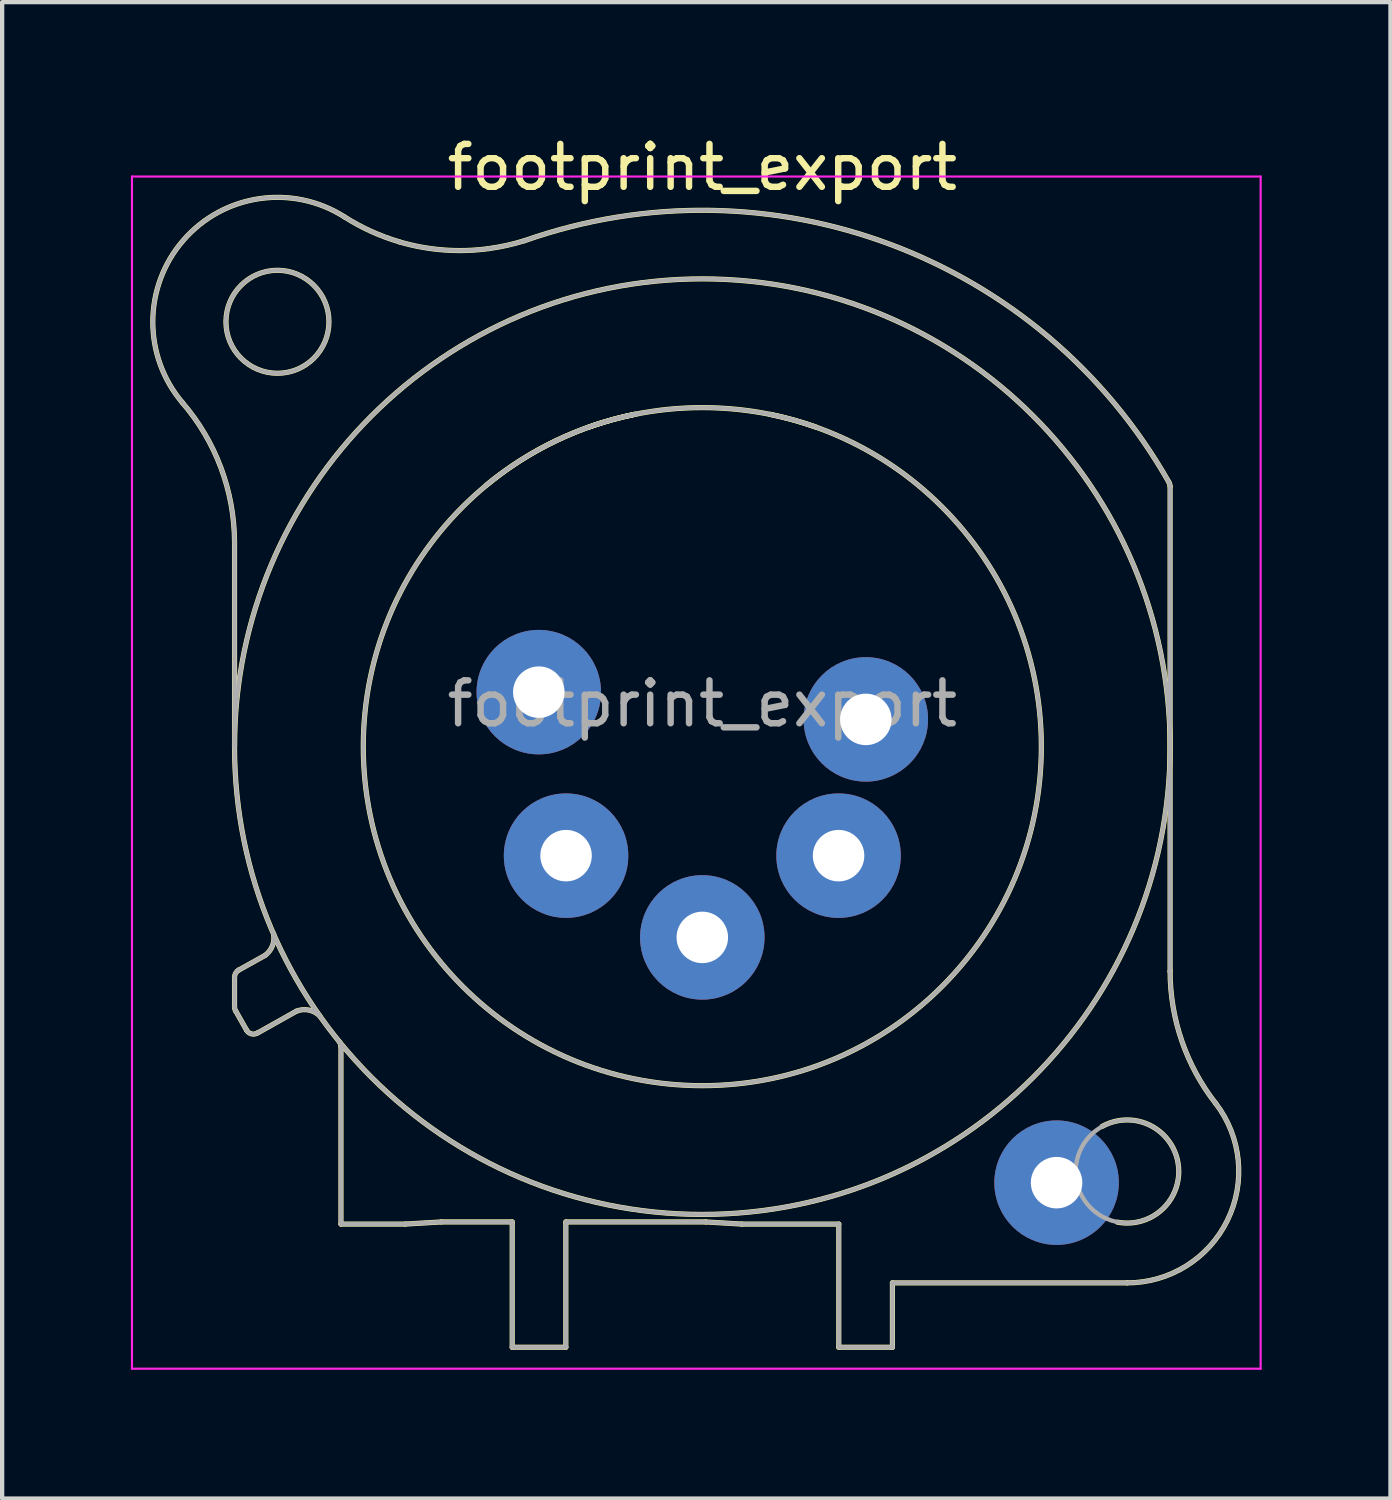
<source format=kicad_pcb>
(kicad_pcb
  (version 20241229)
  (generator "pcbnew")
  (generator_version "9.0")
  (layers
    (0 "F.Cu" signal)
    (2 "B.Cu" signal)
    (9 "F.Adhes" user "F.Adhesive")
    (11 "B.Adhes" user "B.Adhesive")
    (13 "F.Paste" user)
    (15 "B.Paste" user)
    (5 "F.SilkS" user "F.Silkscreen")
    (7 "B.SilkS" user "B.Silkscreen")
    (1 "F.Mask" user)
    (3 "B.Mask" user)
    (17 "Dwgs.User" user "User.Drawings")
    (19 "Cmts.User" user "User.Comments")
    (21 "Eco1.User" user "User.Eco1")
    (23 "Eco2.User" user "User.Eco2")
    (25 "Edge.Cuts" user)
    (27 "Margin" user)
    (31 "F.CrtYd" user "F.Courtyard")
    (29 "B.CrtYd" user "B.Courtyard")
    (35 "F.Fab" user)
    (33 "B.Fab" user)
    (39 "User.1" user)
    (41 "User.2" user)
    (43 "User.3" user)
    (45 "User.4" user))
  (footprint "footprint_export"
    (layer "F.Cu")
    (at 17.125 13.713)
    (property "Reference" "footprint_export" (at -3.81 -12.865 0) (layer "F.SilkS") (effects (font (size 1 1) (thickness 0.15))))
    (attr through_hole)
    (fp_line (start -14.71 0.635) (end -14.71 -4.13) (stroke (width 0.12) (type solid)) (layer "F.SilkS"))
    (fp_line (start -14.71 6.01) (end -14.71 6.7) (stroke (width 0.12) (type solid)) (layer "F.SilkS"))
    (fp_line (start -14.68 6.8) (end -14.43 7.24) (stroke (width 0.12) (type solid)) (layer "F.SilkS"))
    (fp_line (start -14.61 5.84) (end -14 5.5) (stroke (width 0.12) (type solid)) (layer "F.SilkS"))
    (fp_line (start -14.16 7.3) (end -13.27 6.8) (stroke (width 0.12) (type solid)) (layer "F.SilkS"))
    (fp_line (start -12.23 11.76) (end -12.23 7.62) (stroke (width 0.12) (type solid)) (layer "F.SilkS"))
    (fp_line (start -10.73 11.76) (end -12.23 11.76) (stroke (width 0.12) (type solid)) (layer "F.SilkS"))
    (fp_line (start -9.89 11.71) (end -10.73 11.76) (stroke (width 0.12) (type solid)) (layer "F.SilkS"))
    (fp_line (start -8.24 11.71) (end -9.89 11.71) (stroke (width 0.12) (type solid)) (layer "F.SilkS"))
    (fp_line (start -8.24 11.71) (end -8.24 14.63) (stroke (width 0.12) (type solid)) (layer "F.SilkS"))
    (fp_line (start -6.99 14.63) (end -8.24 14.63) (stroke (width 0.12) (type solid)) (layer "F.SilkS"))
    (fp_line (start -6.99 14.63) (end -6.99 11.71) (stroke (width 0.12) (type solid)) (layer "F.SilkS"))
    (fp_line (start -3.73 11.71) (end -6.99 11.71) (stroke (width 0.12) (type solid)) (layer "F.SilkS"))
    (fp_line (start -2.89 11.76) (end -3.73 11.71) (stroke (width 0.12) (type solid)) (layer "F.SilkS"))
    (fp_line (start -0.63 11.76) (end -2.89 11.76) (stroke (width 0.12) (type solid)) (layer "F.SilkS"))
    (fp_line (start -0.63 11.76) (end -0.63 14.63) (stroke (width 0.12) (type solid)) (layer "F.SilkS"))
    (fp_line (start 0.62 14.63) (end -0.63 14.63) (stroke (width 0.12) (type solid)) (layer "F.SilkS"))
    (fp_line (start 0.62 14.63) (end 0.62 13.13) (stroke (width 0.12) (type solid)) (layer "F.SilkS"))
    (fp_line (start 6.09 13.13) (end 0.62 13.13) (stroke (width 0.12) (type solid)) (layer "F.SilkS"))
    (fp_line (start 7.09 -5.43) (end 7.09 5.87) (stroke (width 0.12) (type solid)) (layer "F.SilkS"))
    (fp_arc (start -15.929066 -7.385564) (mid -15.028115 -5.866905) (end -14.71 -4.13) (stroke (width 0.12) (type solid)) (layer "F.SilkS"))
    (fp_arc (start -15.918146 -7.373153) (mid -15.902506 -11.164998) (end -12.15 -11.71) (stroke (width 0.12) (type solid)) (layer "F.SilkS"))
    (fp_arc (start -14.709743 6.009652) (mid -14.682878 5.9113) (end -14.61 5.84) (stroke (width 0.12) (type solid)) (layer "F.SilkS"))
    (fp_arc (start -14.682649 6.795385) (mid -14.703027 6.749614) (end -14.71 6.7) (stroke (width 0.12) (type solid)) (layer "F.SilkS"))
    (fp_arc (start -14.160142 7.297076) (mid -14.307987 7.329603) (end -14.43 7.24) (stroke (width 0.12) (type solid)) (layer "F.SilkS"))
    (fp_arc (start -13.801628 4.991381) (mid -13.826689 5.274601) (end -14 5.5) (stroke (width 0.12) (type solid)) (layer "F.SilkS"))
    (fp_arc (start -13.27 6.8) (mid -12.979462 6.773118) (end -12.722228 6.910835) (stroke (width 0.12) (type solid)) (layer "F.SilkS"))
    (fp_arc (start -12.267885 7.513016) (mid -12.239751 7.563253) (end -12.23 7.62) (stroke (width 0.12) (type solid)) (layer "F.SilkS"))
    (fp_arc (start -10.874228 -11.129536) (mid -11.532536 -11.374883) (end -12.15 -11.71) (stroke (width 0.12) (type solid)) (layer "F.SilkS"))
    (fp_arc (start -8.842926 -5.457584) (mid -7.213275 -6.497156) (end -5.38 -7.11) (stroke (width 0.12) (type solid)) (layer "F.SilkS"))
    (fp_arc (start -8.78758 -10.969733) (mid -9.842283 -10.938982) (end -10.88 -11.13) (stroke (width 0.12) (type solid)) (layer "F.SilkS"))
    (fp_arc (start -7.953762 -11.154656) (mid -8.367971 -11.044621) (end -8.79 -10.97) (stroke (width 0.12) (type solid)) (layer "F.SilkS"))
    (fp_arc (start -7.952655 -11.154934) (mid 0.574548 -11.067131) (end 7.06 -5.53) (stroke (width 0.12) (type solid)) (layer "F.SilkS"))
    (fp_arc (start -6.455617 -6.811518) (mid -5.923085 -6.979774) (end -5.38 -7.11) (stroke (width 0.12) (type solid)) (layer "F.SilkS"))
    (fp_arc (start -2.235447 -7.109114) (mid -1.692436 -6.978569) (end -1.16 -6.81) (stroke (width 0.12) (type solid)) (layer "F.SilkS"))
    (fp_arc (start 5.507701 9.483226) (mid 7.277502 10.347546) (end 5.86 11.715) (stroke (width 0.12) (type solid)) (layer "F.SilkS"))
    (fp_arc (start 7.056349 -5.537362) (mid 7.080146 -5.485866) (end 7.09 -5.43) (stroke (width 0.12) (type solid)) (layer "F.SilkS"))
    (fp_arc (start 8.152719 8.94722) (mid 8.42187 11.679951) (end 6.09 13.13) (stroke (width 0.12) (type solid)) (layer "F.SilkS"))
    (fp_arc (start 8.154941 8.951603) (mid 7.36532 7.499668) (end 7.09 5.87) (stroke (width 0.12) (type solid)) (layer "F.SilkS"))
    (fp_circle (center -13.71 -9.265) (end -12.51 -9.265) (stroke (width 0.12) (type solid)) (fill no) (layer "F.SilkS"))
    (fp_circle (center -3.81 0.635) (end 4.09 0.635) (stroke (width 0.12) (type solid)) (fill no) (layer "F.SilkS"))
    (fp_circle (center -3.81 0.635) (end 7.09 0.635) (stroke (width 0.12) (type solid)) (fill no) (layer "F.SilkS"))
    (fp_line (start -17.1 -12.65) (end 9.2 -12.65) (stroke (width 0.05) (type solid)) (layer "F.CrtYd"))
    (fp_line (start -17.1 15.13) (end -17.1 -12.65) (stroke (width 0.05) (type solid)) (layer "F.CrtYd"))
    (fp_line (start 9.2 -12.65) (end 9.2 15.13) (stroke (width 0.05) (type solid)) (layer "F.CrtYd"))
    (fp_line (start 9.2 15.13) (end -17.1 15.13) (stroke (width 0.05) (type solid)) (layer "F.CrtYd"))
    (fp_line (start -14.71 0.635) (end -14.71 -4.13) (stroke (width 0.1) (type solid)) (layer "F.Fab"))
    (fp_line (start -14.71 6.01) (end -14.71 6.7) (stroke (width 0.1) (type solid)) (layer "F.Fab"))
    (fp_line (start -14.68 6.8) (end -14.43 7.24) (stroke (width 0.1) (type solid)) (layer "F.Fab"))
    (fp_line (start -14.61 5.84) (end -14 5.5) (stroke (width 0.1) (type solid)) (layer "F.Fab"))
    (fp_line (start -14.16 7.3) (end -13.27 6.8) (stroke (width 0.1) (type solid)) (layer "F.Fab"))
    (fp_line (start -12.23 11.76) (end -12.23 7.62) (stroke (width 0.1) (type solid)) (layer "F.Fab"))
    (fp_line (start -10.73 11.76) (end -12.23 11.76) (stroke (width 0.1) (type solid)) (layer "F.Fab"))
    (fp_line (start -9.89 11.71) (end -10.73 11.76) (stroke (width 0.1) (type solid)) (layer "F.Fab"))
    (fp_line (start -8.24 11.71) (end -9.89 11.71) (stroke (width 0.1) (type solid)) (layer "F.Fab"))
    (fp_line (start -8.24 11.71) (end -8.24 14.63) (stroke (width 0.1) (type solid)) (layer "F.Fab"))
    (fp_line (start -6.99 14.63) (end -8.24 14.63) (stroke (width 0.1) (type solid)) (layer "F.Fab"))
    (fp_line (start -6.99 14.63) (end -6.99 11.71) (stroke (width 0.1) (type solid)) (layer "F.Fab"))
    (fp_line (start -3.73 11.71) (end -6.99 11.71) (stroke (width 0.1) (type solid)) (layer "F.Fab"))
    (fp_line (start -2.89 11.76) (end -3.73 11.71) (stroke (width 0.1) (type solid)) (layer "F.Fab"))
    (fp_line (start -0.63 11.76) (end -2.89 11.76) (stroke (width 0.1) (type solid)) (layer "F.Fab"))
    (fp_line (start -0.63 11.76) (end -0.63 14.63) (stroke (width 0.1) (type solid)) (layer "F.Fab"))
    (fp_line (start 0.62 14.63) (end -0.63 14.63) (stroke (width 0.1) (type solid)) (layer "F.Fab"))
    (fp_line (start 0.62 14.63) (end 0.62 13.13) (stroke (width 0.1) (type solid)) (layer "F.Fab"))
    (fp_line (start 6.09 13.13) (end 0.62 13.13) (stroke (width 0.1) (type solid)) (layer "F.Fab"))
    (fp_line (start 7.09 -5.43) (end 7.09 5.87) (stroke (width 0.1) (type solid)) (layer "F.Fab"))
    (fp_arc (start -15.929066 -7.385564) (mid -15.028115 -5.866905) (end -14.71 -4.13) (stroke (width 0.1) (type solid)) (layer "F.Fab"))
    (fp_arc (start -15.918146 -7.373153) (mid -15.902506 -11.164998) (end -12.15 -11.71) (stroke (width 0.1) (type solid)) (layer "F.Fab"))
    (fp_arc (start -14.709743 6.009652) (mid -14.682878 5.9113) (end -14.61 5.84) (stroke (width 0.1) (type solid)) (layer "F.Fab"))
    (fp_arc (start -14.682649 6.795385) (mid -14.703027 6.749614) (end -14.71 6.7) (stroke (width 0.1) (type solid)) (layer "F.Fab"))
    (fp_arc (start -14.160142 7.297076) (mid -14.307987 7.329603) (end -14.43 7.24) (stroke (width 0.1) (type solid)) (layer "F.Fab"))
    (fp_arc (start -13.801628 4.991381) (mid -13.826689 5.274601) (end -14 5.5) (stroke (width 0.1) (type solid)) (layer "F.Fab"))
    (fp_arc (start -13.27 6.8) (mid -12.979462 6.773118) (end -12.722228 6.910835) (stroke (width 0.1) (type solid)) (layer "F.Fab"))
    (fp_arc (start -12.267885 7.513016) (mid -12.239751 7.563253) (end -12.23 7.62) (stroke (width 0.1) (type solid)) (layer "F.Fab"))
    (fp_arc (start -10.874228 -11.129536) (mid -11.532536 -11.374883) (end -12.15 -11.71) (stroke (width 0.1) (type solid)) (layer "F.Fab"))
    (fp_arc (start -8.842926 -5.457584) (mid -7.213275 -6.497156) (end -5.38 -7.11) (stroke (width 0.1) (type solid)) (layer "F.Fab"))
    (fp_arc (start -8.78758 -10.969733) (mid -9.842283 -10.938982) (end -10.88 -11.13) (stroke (width 0.1) (type solid)) (layer "F.Fab"))
    (fp_arc (start -7.953762 -11.154656) (mid -8.367971 -11.044621) (end -8.79 -10.97) (stroke (width 0.1) (type solid)) (layer "F.Fab"))
    (fp_arc (start -7.952655 -11.154934) (mid 0.574548 -11.067131) (end 7.06 -5.53) (stroke (width 0.1) (type solid)) (layer "F.Fab"))
    (fp_arc (start -6.455617 -6.811518) (mid -5.923085 -6.979774) (end -5.38 -7.11) (stroke (width 0.1) (type solid)) (layer "F.Fab"))
    (fp_arc (start -2.235447 -7.109114) (mid -1.692436 -6.978569) (end -1.16 -6.81) (stroke (width 0.1) (type solid)) (layer "F.Fab"))
    (fp_arc (start 7.056349 -5.537362) (mid 7.080146 -5.485866) (end 7.09 -5.43) (stroke (width 0.1) (type solid)) (layer "F.Fab"))
    (fp_arc (start 8.152719 8.94722) (mid 8.42187 11.679951) (end 6.09 13.13) (stroke (width 0.1) (type solid)) (layer "F.Fab"))
    (fp_arc (start 8.154941 8.951603) (mid 7.36532 7.499668) (end 7.09 5.87) (stroke (width 0.1) (type solid)) (layer "F.Fab"))
    (fp_circle (center -13.71 -9.265) (end -12.51 -9.265) (stroke (width 0.1) (type solid)) (fill no) (layer "F.Fab"))
    (fp_circle (center -3.81 0.635) (end 4.09 0.635) (stroke (width 0.1) (type solid)) (fill no) (layer "F.Fab"))
    (fp_circle (center -3.81 0.635) (end 7.09 0.635) (stroke (width 0.1) (type solid)) (fill no) (layer "F.Fab"))
    (fp_circle (center 6.09 10.535) (end 7.29 10.535) (stroke (width 0.1) (type solid)) (fill no) (layer "F.Fab"))
    (fp_text user "${REFERENCE}" (at -3.81 -0.365 0) (layer "F.Fab") (effects (font (size 1 1) (thickness 0.15))))
    (pad "1" thru_hole circle (at 0 0) (size 2.9 2.9) (drill 1.2) (layers "*.Cu" "*.Mask"))
    (pad "2" thru_hole circle (at -0.635 3.175) (size 2.9 2.9) (drill 1.2) (layers "*.Cu" "*.Mask"))
    (pad "3" thru_hole circle (at -3.81 5.08) (size 2.9 2.9) (drill 1.2) (layers "*.Cu" "*.Mask"))
    (pad "4" thru_hole circle (at -6.985 3.175) (size 2.9 2.9) (drill 1.2) (layers "*.Cu" "*.Mask"))
    (pad "5" thru_hole circle (at -7.62 -0.635) (size 2.9 2.9) (drill 1.2) (layers "*.Cu" "*.Mask"))
    (pad "G" thru_hole circle (at 4.445 10.795) (size 2.9 2.9) (drill 1.2) (layers "*.Cu" "*.Mask")))
  (gr_rect
    (start -3 -3)
    (end 29.35 31.868)
    (stroke (width 0.1) (type default))
    (fill no)
    (layer "Edge.Cuts")))
</source>
